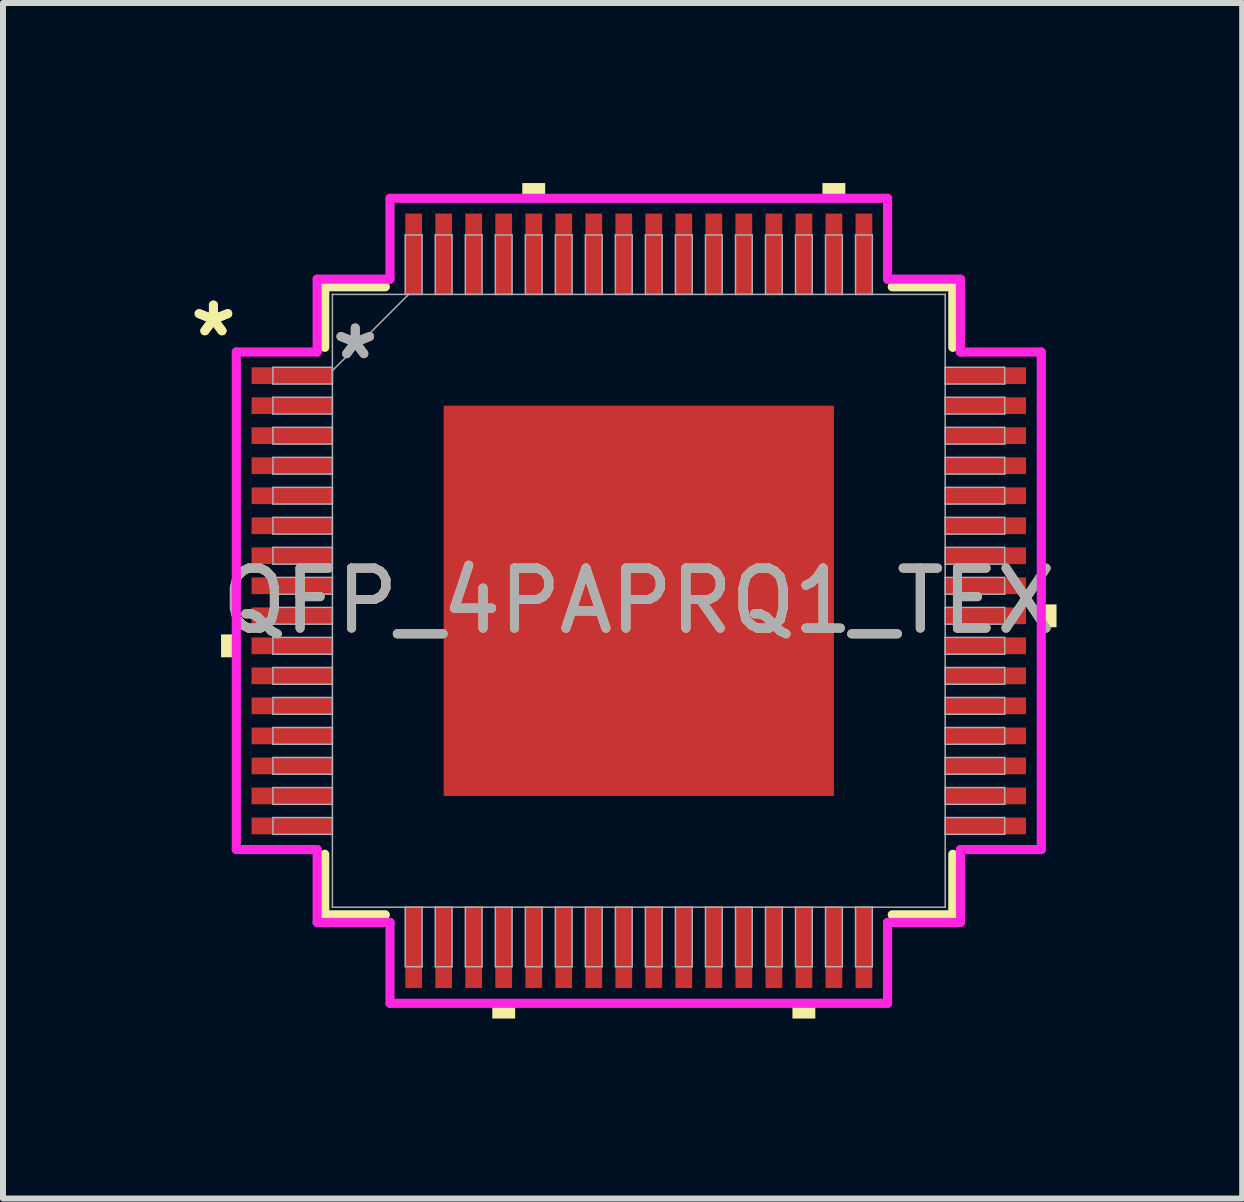
<source format=kicad_pcb>
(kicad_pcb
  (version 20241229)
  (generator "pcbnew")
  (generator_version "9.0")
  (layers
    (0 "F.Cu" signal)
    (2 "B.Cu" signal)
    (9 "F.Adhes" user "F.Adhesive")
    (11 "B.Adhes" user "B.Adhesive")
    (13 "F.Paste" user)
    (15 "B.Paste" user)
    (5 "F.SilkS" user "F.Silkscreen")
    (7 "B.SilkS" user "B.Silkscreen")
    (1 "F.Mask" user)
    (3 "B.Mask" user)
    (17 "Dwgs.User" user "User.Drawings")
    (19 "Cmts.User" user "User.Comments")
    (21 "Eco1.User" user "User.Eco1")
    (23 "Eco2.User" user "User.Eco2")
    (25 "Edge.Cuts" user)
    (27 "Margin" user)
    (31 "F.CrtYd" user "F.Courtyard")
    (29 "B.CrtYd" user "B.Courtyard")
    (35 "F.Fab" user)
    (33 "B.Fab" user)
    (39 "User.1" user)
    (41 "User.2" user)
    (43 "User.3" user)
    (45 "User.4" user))
  (footprint "QFP_4PAPRQ1_TEX"
    (layer "F.Cu")
    (at 7.593 6.96)
    (property "Reference" "QFP_4PAPRQ1_TEX" (at 0 0 0) (unlocked yes) (layer "F.SilkS") (effects (font (size 1 1) (thickness 0.15))))
    (attr smd)
    (fp_line (start -5.232 -5.232) (end -5.232 -4.223) (stroke (width 0.152) (type solid)) (layer "F.SilkS"))
    (fp_line (start -5.232 4.223) (end -5.232 5.232) (stroke (width 0.152) (type solid)) (layer "F.SilkS"))
    (fp_line (start -5.232 5.232) (end -4.223 5.232) (stroke (width 0.152) (type solid)) (layer "F.SilkS"))
    (fp_line (start -4.223 -5.232) (end -5.232 -5.232) (stroke (width 0.152) (type solid)) (layer "F.SilkS"))
    (fp_line (start 4.223 5.232) (end 5.232 5.232) (stroke (width 0.152) (type solid)) (layer "F.SilkS"))
    (fp_line (start 5.232 -5.232) (end 4.223 -5.232) (stroke (width 0.152) (type solid)) (layer "F.SilkS"))
    (fp_line (start 5.232 -4.223) (end 5.232 -5.232) (stroke (width 0.152) (type solid)) (layer "F.SilkS"))
    (fp_line (start 5.232 5.232) (end 5.232 4.223) (stroke (width 0.152) (type solid)) (layer "F.SilkS"))
    (fp_poly (pts (xy -6.96 0.56) (xy -6.96 0.941) (xy -6.706 0.941) (xy -6.706 0.56)) (stroke (width 0) (type solid)) (fill yes) (layer "F.SilkS"))
    (fp_poly (pts (xy -2.441 6.706) (xy -2.441 6.96) (xy -2.06 6.96) (xy -2.06 6.706)) (stroke (width 0) (type solid)) (fill yes) (layer "F.SilkS"))
    (fp_poly (pts (xy -1.941 -6.706) (xy -1.941 -6.96) (xy -1.56 -6.96) (xy -1.56 -6.706)) (stroke (width 0) (type solid)) (fill yes) (layer "F.SilkS"))
    (fp_poly (pts (xy 2.56 6.706) (xy 2.56 6.96) (xy 2.941 6.96) (xy 2.941 6.706)) (stroke (width 0) (type solid)) (fill yes) (layer "F.SilkS"))
    (fp_poly (pts (xy 3.06 -6.706) (xy 3.06 -6.96) (xy 3.441 -6.96) (xy 3.441 -6.706)) (stroke (width 0) (type solid)) (fill yes) (layer "F.SilkS"))
    (fp_poly (pts (xy 6.96 0.06) (xy 6.96 0.441) (xy 6.706 0.441) (xy 6.706 0.06)) (stroke (width 0) (type solid)) (fill yes) (layer "F.SilkS"))
    (fp_poly (pts (xy -3.151 -3.151) (xy -3.151 -2.051) (xy -2.051 -2.051) (xy -2.051 -3.151)) (stroke (width 0) (type solid)) (fill yes) (layer "F.Paste"))
    (fp_poly (pts (xy -3.151 -1.851) (xy -3.151 -0.75) (xy -2.051 -0.75) (xy -2.051 -1.851)) (stroke (width 0) (type solid)) (fill yes) (layer "F.Paste"))
    (fp_poly (pts (xy -3.151 -0.55) (xy -3.151 0.55) (xy -2.051 0.55) (xy -2.051 -0.55)) (stroke (width 0) (type solid)) (fill yes) (layer "F.Paste"))
    (fp_poly (pts (xy -3.151 0.75) (xy -3.151 1.851) (xy -2.051 1.851) (xy -2.051 0.75)) (stroke (width 0) (type solid)) (fill yes) (layer "F.Paste"))
    (fp_poly (pts (xy -3.151 2.051) (xy -3.151 3.151) (xy -2.051 3.151) (xy -2.051 2.051)) (stroke (width 0) (type solid)) (fill yes) (layer "F.Paste"))
    (fp_poly (pts (xy -1.851 -3.151) (xy -1.851 -2.051) (xy -0.75 -2.051) (xy -0.75 -3.151)) (stroke (width 0) (type solid)) (fill yes) (layer "F.Paste"))
    (fp_poly (pts (xy -1.851 -1.851) (xy -1.851 -0.75) (xy -0.75 -0.75) (xy -0.75 -1.851)) (stroke (width 0) (type solid)) (fill yes) (layer "F.Paste"))
    (fp_poly (pts (xy -1.851 -0.55) (xy -1.851 0.55) (xy -0.75 0.55) (xy -0.75 -0.55)) (stroke (width 0) (type solid)) (fill yes) (layer "F.Paste"))
    (fp_poly (pts (xy -1.851 0.75) (xy -1.851 1.851) (xy -0.75 1.851) (xy -0.75 0.75)) (stroke (width 0) (type solid)) (fill yes) (layer "F.Paste"))
    (fp_poly (pts (xy -1.851 2.051) (xy -1.851 3.151) (xy -0.75 3.151) (xy -0.75 2.051)) (stroke (width 0) (type solid)) (fill yes) (layer "F.Paste"))
    (fp_poly (pts (xy -0.55 -3.151) (xy -0.55 -2.051) (xy 0.55 -2.051) (xy 0.55 -3.151)) (stroke (width 0) (type solid)) (fill yes) (layer "F.Paste"))
    (fp_poly (pts (xy -0.55 -1.851) (xy -0.55 -0.75) (xy 0.55 -0.75) (xy 0.55 -1.851)) (stroke (width 0) (type solid)) (fill yes) (layer "F.Paste"))
    (fp_poly (pts (xy -0.55 -0.55) (xy -0.55 0.55) (xy 0.55 0.55) (xy 0.55 -0.55)) (stroke (width 0) (type solid)) (fill yes) (layer "F.Paste"))
    (fp_poly (pts (xy -0.55 0.75) (xy -0.55 1.851) (xy 0.55 1.851) (xy 0.55 0.75)) (stroke (width 0) (type solid)) (fill yes) (layer "F.Paste"))
    (fp_poly (pts (xy -0.55 2.051) (xy -0.55 3.151) (xy 0.55 3.151) (xy 0.55 2.051)) (stroke (width 0) (type solid)) (fill yes) (layer "F.Paste"))
    (fp_poly (pts (xy 0.75 -3.151) (xy 0.75 -2.051) (xy 1.851 -2.051) (xy 1.851 -3.151)) (stroke (width 0) (type solid)) (fill yes) (layer "F.Paste"))
    (fp_poly (pts (xy 0.75 -1.851) (xy 0.75 -0.75) (xy 1.851 -0.75) (xy 1.851 -1.851)) (stroke (width 0) (type solid)) (fill yes) (layer "F.Paste"))
    (fp_poly (pts (xy 0.75 -0.55) (xy 0.75 0.55) (xy 1.851 0.55) (xy 1.851 -0.55)) (stroke (width 0) (type solid)) (fill yes) (layer "F.Paste"))
    (fp_poly (pts (xy 0.75 0.75) (xy 0.75 1.851) (xy 1.851 1.851) (xy 1.851 0.75)) (stroke (width 0) (type solid)) (fill yes) (layer "F.Paste"))
    (fp_poly (pts (xy 0.75 2.051) (xy 0.75 3.151) (xy 1.851 3.151) (xy 1.851 2.051)) (stroke (width 0) (type solid)) (fill yes) (layer "F.Paste"))
    (fp_poly (pts (xy 2.051 -3.151) (xy 2.051 -2.051) (xy 3.151 -2.051) (xy 3.151 -3.151)) (stroke (width 0) (type solid)) (fill yes) (layer "F.Paste"))
    (fp_poly (pts (xy 2.051 -1.851) (xy 2.051 -0.75) (xy 3.151 -0.75) (xy 3.151 -1.851)) (stroke (width 0) (type solid)) (fill yes) (layer "F.Paste"))
    (fp_poly (pts (xy 2.051 -0.55) (xy 2.051 0.55) (xy 3.151 0.55) (xy 3.151 -0.55)) (stroke (width 0) (type solid)) (fill yes) (layer "F.Paste"))
    (fp_poly (pts (xy 2.051 0.75) (xy 2.051 1.851) (xy 3.151 1.851) (xy 3.151 0.75)) (stroke (width 0) (type solid)) (fill yes) (layer "F.Paste"))
    (fp_poly (pts (xy 2.051 2.051) (xy 2.051 3.151) (xy 3.151 3.151) (xy 3.151 2.051)) (stroke (width 0) (type solid)) (fill yes) (layer "F.Paste"))
    (fp_line (start -6.706 -4.145) (end -5.359 -4.145) (stroke (width 0.152) (type solid)) (layer "F.CrtYd"))
    (fp_line (start -6.706 4.145) (end -6.706 -4.145) (stroke (width 0.152) (type solid)) (layer "F.CrtYd"))
    (fp_line (start -5.359 -5.359) (end -4.145 -5.359) (stroke (width 0.152) (type solid)) (layer "F.CrtYd"))
    (fp_line (start -5.359 -4.145) (end -5.359 -5.359) (stroke (width 0.152) (type solid)) (layer "F.CrtYd"))
    (fp_line (start -5.359 4.145) (end -6.706 4.145) (stroke (width 0.152) (type solid)) (layer "F.CrtYd"))
    (fp_line (start -5.359 5.359) (end -5.359 4.145) (stroke (width 0.152) (type solid)) (layer "F.CrtYd"))
    (fp_line (start -5.359 5.359) (end -4.145 5.359) (stroke (width 0.152) (type solid)) (layer "F.CrtYd"))
    (fp_line (start -4.145 -6.706) (end 4.145 -6.706) (stroke (width 0.152) (type solid)) (layer "F.CrtYd"))
    (fp_line (start -4.145 -5.359) (end -4.145 -6.706) (stroke (width 0.152) (type solid)) (layer "F.CrtYd"))
    (fp_line (start -4.145 5.359) (end -4.145 6.706) (stroke (width 0.152) (type solid)) (layer "F.CrtYd"))
    (fp_line (start -4.145 6.706) (end 4.145 6.706) (stroke (width 0.152) (type solid)) (layer "F.CrtYd"))
    (fp_line (start 4.145 -6.706) (end 4.145 -5.359) (stroke (width 0.152) (type solid)) (layer "F.CrtYd"))
    (fp_line (start 4.145 -5.359) (end 5.359 -5.359) (stroke (width 0.152) (type solid)) (layer "F.CrtYd"))
    (fp_line (start 4.145 5.359) (end 5.359 5.359) (stroke (width 0.152) (type solid)) (layer "F.CrtYd"))
    (fp_line (start 4.145 6.706) (end 4.145 5.359) (stroke (width 0.152) (type solid)) (layer "F.CrtYd"))
    (fp_line (start 5.359 -4.145) (end 5.359 -5.359) (stroke (width 0.152) (type solid)) (layer "F.CrtYd"))
    (fp_line (start 5.359 4.145) (end 6.706 4.145) (stroke (width 0.152) (type solid)) (layer "F.CrtYd"))
    (fp_line (start 5.359 5.359) (end 5.359 4.145) (stroke (width 0.152) (type solid)) (layer "F.CrtYd"))
    (fp_line (start 6.706 -4.145) (end 5.359 -4.145) (stroke (width 0.152) (type solid)) (layer "F.CrtYd"))
    (fp_line (start 6.706 4.145) (end 6.706 -4.145) (stroke (width 0.152) (type solid)) (layer "F.CrtYd"))
    (fp_line (start -6.096 -3.891) (end -6.096 -3.611) (stroke (width 0.025) (type solid)) (layer "F.Fab"))
    (fp_line (start -6.096 -3.611) (end -5.105 -3.611) (stroke (width 0.025) (type solid)) (layer "F.Fab"))
    (fp_line (start -6.096 -3.391) (end -6.096 -3.111) (stroke (width 0.025) (type solid)) (layer "F.Fab"))
    (fp_line (start -6.096 -3.111) (end -5.105 -3.111) (stroke (width 0.025) (type solid)) (layer "F.Fab"))
    (fp_line (start -6.096 -2.89) (end -6.096 -2.611) (stroke (width 0.025) (type solid)) (layer "F.Fab"))
    (fp_line (start -6.096 -2.611) (end -5.105 -2.611) (stroke (width 0.025) (type solid)) (layer "F.Fab"))
    (fp_line (start -6.096 -2.39) (end -6.096 -2.111) (stroke (width 0.025) (type solid)) (layer "F.Fab"))
    (fp_line (start -6.096 -2.111) (end -5.105 -2.111) (stroke (width 0.025) (type solid)) (layer "F.Fab"))
    (fp_line (start -6.096 -1.89) (end -6.096 -1.611) (stroke (width 0.025) (type solid)) (layer "F.Fab"))
    (fp_line (start -6.096 -1.611) (end -5.105 -1.611) (stroke (width 0.025) (type solid)) (layer "F.Fab"))
    (fp_line (start -6.096 -1.39) (end -6.096 -1.111) (stroke (width 0.025) (type solid)) (layer "F.Fab"))
    (fp_line (start -6.096 -1.111) (end -5.105 -1.111) (stroke (width 0.025) (type solid)) (layer "F.Fab"))
    (fp_line (start -6.096 -0.89) (end -6.096 -0.61) (stroke (width 0.025) (type solid)) (layer "F.Fab"))
    (fp_line (start -6.096 -0.61) (end -5.105 -0.61) (stroke (width 0.025) (type solid)) (layer "F.Fab"))
    (fp_line (start -6.096 -0.39) (end -6.096 -0.11) (stroke (width 0.025) (type solid)) (layer "F.Fab"))
    (fp_line (start -6.096 -0.11) (end -5.105 -0.11) (stroke (width 0.025) (type solid)) (layer "F.Fab"))
    (fp_line (start -6.096 0.11) (end -6.096 0.39) (stroke (width 0.025) (type solid)) (layer "F.Fab"))
    (fp_line (start -6.096 0.39) (end -5.105 0.39) (stroke (width 0.025) (type solid)) (layer "F.Fab"))
    (fp_line (start -6.096 0.61) (end -6.096 0.89) (stroke (width 0.025) (type solid)) (layer "F.Fab"))
    (fp_line (start -6.096 0.89) (end -5.105 0.89) (stroke (width 0.025) (type solid)) (layer "F.Fab"))
    (fp_line (start -6.096 1.111) (end -6.096 1.39) (stroke (width 0.025) (type solid)) (layer "F.Fab"))
    (fp_line (start -6.096 1.39) (end -5.105 1.39) (stroke (width 0.025) (type solid)) (layer "F.Fab"))
    (fp_line (start -6.096 1.611) (end -6.096 1.89) (stroke (width 0.025) (type solid)) (layer "F.Fab"))
    (fp_line (start -6.096 1.89) (end -5.105 1.89) (stroke (width 0.025) (type solid)) (layer "F.Fab"))
    (fp_line (start -6.096 2.111) (end -6.096 2.39) (stroke (width 0.025) (type solid)) (layer "F.Fab"))
    (fp_line (start -6.096 2.39) (end -5.105 2.39) (stroke (width 0.025) (type solid)) (layer "F.Fab"))
    (fp_line (start -6.096 2.611) (end -6.096 2.89) (stroke (width 0.025) (type solid)) (layer "F.Fab"))
    (fp_line (start -6.096 2.89) (end -5.105 2.89) (stroke (width 0.025) (type solid)) (layer "F.Fab"))
    (fp_line (start -6.096 3.111) (end -6.096 3.391) (stroke (width 0.025) (type solid)) (layer "F.Fab"))
    (fp_line (start -6.096 3.391) (end -5.105 3.391) (stroke (width 0.025) (type solid)) (layer "F.Fab"))
    (fp_line (start -6.096 3.611) (end -6.096 3.891) (stroke (width 0.025) (type solid)) (layer "F.Fab"))
    (fp_line (start -6.096 3.891) (end -5.105 3.891) (stroke (width 0.025) (type solid)) (layer "F.Fab"))
    (fp_line (start -5.105 -5.105) (end -5.105 -5.105) (stroke (width 0.025) (type solid)) (layer "F.Fab"))
    (fp_line (start -5.105 -5.105) (end -5.105 5.105) (stroke (width 0.025) (type solid)) (layer "F.Fab"))
    (fp_line (start -5.105 -3.891) (end -6.096 -3.891) (stroke (width 0.025) (type solid)) (layer "F.Fab"))
    (fp_line (start -5.105 -3.835) (end -3.835 -5.105) (stroke (width 0.025) (type solid)) (layer "F.Fab"))
    (fp_line (start -5.105 -3.611) (end -5.105 -3.891) (stroke (width 0.025) (type solid)) (layer "F.Fab"))
    (fp_line (start -5.105 -3.391) (end -6.096 -3.391) (stroke (width 0.025) (type solid)) (layer "F.Fab"))
    (fp_line (start -5.105 -3.111) (end -5.105 -3.391) (stroke (width 0.025) (type solid)) (layer "F.Fab"))
    (fp_line (start -5.105 -2.89) (end -6.096 -2.89) (stroke (width 0.025) (type solid)) (layer "F.Fab"))
    (fp_line (start -5.105 -2.611) (end -5.105 -2.89) (stroke (width 0.025) (type solid)) (layer "F.Fab"))
    (fp_line (start -5.105 -2.39) (end -6.096 -2.39) (stroke (width 0.025) (type solid)) (layer "F.Fab"))
    (fp_line (start -5.105 -2.111) (end -5.105 -2.39) (stroke (width 0.025) (type solid)) (layer "F.Fab"))
    (fp_line (start -5.105 -1.89) (end -6.096 -1.89) (stroke (width 0.025) (type solid)) (layer "F.Fab"))
    (fp_line (start -5.105 -1.611) (end -5.105 -1.89) (stroke (width 0.025) (type solid)) (layer "F.Fab"))
    (fp_line (start -5.105 -1.39) (end -6.096 -1.39) (stroke (width 0.025) (type solid)) (layer "F.Fab"))
    (fp_line (start -5.105 -1.111) (end -5.105 -1.39) (stroke (width 0.025) (type solid)) (layer "F.Fab"))
    (fp_line (start -5.105 -0.89) (end -6.096 -0.89) (stroke (width 0.025) (type solid)) (layer "F.Fab"))
    (fp_line (start -5.105 -0.61) (end -5.105 -0.89) (stroke (width 0.025) (type solid)) (layer "F.Fab"))
    (fp_line (start -5.105 -0.39) (end -6.096 -0.39) (stroke (width 0.025) (type solid)) (layer "F.Fab"))
    (fp_line (start -5.105 -0.11) (end -5.105 -0.39) (stroke (width 0.025) (type solid)) (layer "F.Fab"))
    (fp_line (start -5.105 0.11) (end -6.096 0.11) (stroke (width 0.025) (type solid)) (layer "F.Fab"))
    (fp_line (start -5.105 0.39) (end -5.105 0.11) (stroke (width 0.025) (type solid)) (layer "F.Fab"))
    (fp_line (start -5.105 0.61) (end -6.096 0.61) (stroke (width 0.025) (type solid)) (layer "F.Fab"))
    (fp_line (start -5.105 0.89) (end -5.105 0.61) (stroke (width 0.025) (type solid)) (layer "F.Fab"))
    (fp_line (start -5.105 1.111) (end -6.096 1.111) (stroke (width 0.025) (type solid)) (layer "F.Fab"))
    (fp_line (start -5.105 1.39) (end -5.105 1.111) (stroke (width 0.025) (type solid)) (layer "F.Fab"))
    (fp_line (start -5.105 1.611) (end -6.096 1.611) (stroke (width 0.025) (type solid)) (layer "F.Fab"))
    (fp_line (start -5.105 1.89) (end -5.105 1.611) (stroke (width 0.025) (type solid)) (layer "F.Fab"))
    (fp_line (start -5.105 2.111) (end -6.096 2.111) (stroke (width 0.025) (type solid)) (layer "F.Fab"))
    (fp_line (start -5.105 2.39) (end -5.105 2.111) (stroke (width 0.025) (type solid)) (layer "F.Fab"))
    (fp_line (start -5.105 2.611) (end -6.096 2.611) (stroke (width 0.025) (type solid)) (layer "F.Fab"))
    (fp_line (start -5.105 2.89) (end -5.105 2.611) (stroke (width 0.025) (type solid)) (layer "F.Fab"))
    (fp_line (start -5.105 3.111) (end -6.096 3.111) (stroke (width 0.025) (type solid)) (layer "F.Fab"))
    (fp_line (start -5.105 3.391) (end -5.105 3.111) (stroke (width 0.025) (type solid)) (layer "F.Fab"))
    (fp_line (start -5.105 3.611) (end -6.096 3.611) (stroke (width 0.025) (type solid)) (layer "F.Fab"))
    (fp_line (start -5.105 3.891) (end -5.105 3.611) (stroke (width 0.025) (type solid)) (layer "F.Fab"))
    (fp_line (start -5.105 5.105) (end -5.105 5.105) (stroke (width 0.025) (type solid)) (layer "F.Fab"))
    (fp_line (start -5.105 5.105) (end 5.105 5.105) (stroke (width 0.025) (type solid)) (layer "F.Fab"))
    (fp_line (start -3.891 -6.096) (end -3.891 -5.105) (stroke (width 0.025) (type solid)) (layer "F.Fab"))
    (fp_line (start -3.891 -5.105) (end -3.611 -5.105) (stroke (width 0.025) (type solid)) (layer "F.Fab"))
    (fp_line (start -3.891 5.105) (end -3.891 6.096) (stroke (width 0.025) (type solid)) (layer "F.Fab"))
    (fp_line (start -3.891 6.096) (end -3.611 6.096) (stroke (width 0.025) (type solid)) (layer "F.Fab"))
    (fp_line (start -3.611 -6.096) (end -3.891 -6.096) (stroke (width 0.025) (type solid)) (layer "F.Fab"))
    (fp_line (start -3.611 -5.105) (end -3.611 -6.096) (stroke (width 0.025) (type solid)) (layer "F.Fab"))
    (fp_line (start -3.611 5.105) (end -3.891 5.105) (stroke (width 0.025) (type solid)) (layer "F.Fab"))
    (fp_line (start -3.611 6.096) (end -3.611 5.105) (stroke (width 0.025) (type solid)) (layer "F.Fab"))
    (fp_line (start -3.391 -6.096) (end -3.391 -5.105) (stroke (width 0.025) (type solid)) (layer "F.Fab"))
    (fp_line (start -3.391 -5.105) (end -3.111 -5.105) (stroke (width 0.025) (type solid)) (layer "F.Fab"))
    (fp_line (start -3.391 5.105) (end -3.391 6.096) (stroke (width 0.025) (type solid)) (layer "F.Fab"))
    (fp_line (start -3.391 6.096) (end -3.111 6.096) (stroke (width 0.025) (type solid)) (layer "F.Fab"))
    (fp_line (start -3.111 -6.096) (end -3.391 -6.096) (stroke (width 0.025) (type solid)) (layer "F.Fab"))
    (fp_line (start -3.111 -5.105) (end -3.111 -6.096) (stroke (width 0.025) (type solid)) (layer "F.Fab"))
    (fp_line (start -3.111 5.105) (end -3.391 5.105) (stroke (width 0.025) (type solid)) (layer "F.Fab"))
    (fp_line (start -3.111 6.096) (end -3.111 5.105) (stroke (width 0.025) (type solid)) (layer "F.Fab"))
    (fp_line (start -2.89 -6.096) (end -2.89 -5.105) (stroke (width 0.025) (type solid)) (layer "F.Fab"))
    (fp_line (start -2.89 -5.105) (end -2.611 -5.105) (stroke (width 0.025) (type solid)) (layer "F.Fab"))
    (fp_line (start -2.89 5.105) (end -2.89 6.096) (stroke (width 0.025) (type solid)) (layer "F.Fab"))
    (fp_line (start -2.89 6.096) (end -2.611 6.096) (stroke (width 0.025) (type solid)) (layer "F.Fab"))
    (fp_line (start -2.611 -6.096) (end -2.89 -6.096) (stroke (width 0.025) (type solid)) (layer "F.Fab"))
    (fp_line (start -2.611 -5.105) (end -2.611 -6.096) (stroke (width 0.025) (type solid)) (layer "F.Fab"))
    (fp_line (start -2.611 5.105) (end -2.89 5.105) (stroke (width 0.025) (type solid)) (layer "F.Fab"))
    (fp_line (start -2.611 6.096) (end -2.611 5.105) (stroke (width 0.025) (type solid)) (layer "F.Fab"))
    (fp_line (start -2.39 -6.096) (end -2.39 -5.105) (stroke (width 0.025) (type solid)) (layer "F.Fab"))
    (fp_line (start -2.39 -5.105) (end -2.111 -5.105) (stroke (width 0.025) (type solid)) (layer "F.Fab"))
    (fp_line (start -2.39 5.105) (end -2.39 6.096) (stroke (width 0.025) (type solid)) (layer "F.Fab"))
    (fp_line (start -2.39 6.096) (end -2.111 6.096) (stroke (width 0.025) (type solid)) (layer "F.Fab"))
    (fp_line (start -2.111 -6.096) (end -2.39 -6.096) (stroke (width 0.025) (type solid)) (layer "F.Fab"))
    (fp_line (start -2.111 -5.105) (end -2.111 -6.096) (stroke (width 0.025) (type solid)) (layer "F.Fab"))
    (fp_line (start -2.111 5.105) (end -2.39 5.105) (stroke (width 0.025) (type solid)) (layer "F.Fab"))
    (fp_line (start -2.111 6.096) (end -2.111 5.105) (stroke (width 0.025) (type solid)) (layer "F.Fab"))
    (fp_line (start -1.89 -6.096) (end -1.89 -5.105) (stroke (width 0.025) (type solid)) (layer "F.Fab"))
    (fp_line (start -1.89 -5.105) (end -1.611 -5.105) (stroke (width 0.025) (type solid)) (layer "F.Fab"))
    (fp_line (start -1.89 5.105) (end -1.89 6.096) (stroke (width 0.025) (type solid)) (layer "F.Fab"))
    (fp_line (start -1.89 6.096) (end -1.611 6.096) (stroke (width 0.025) (type solid)) (layer "F.Fab"))
    (fp_line (start -1.611 -6.096) (end -1.89 -6.096) (stroke (width 0.025) (type solid)) (layer "F.Fab"))
    (fp_line (start -1.611 -5.105) (end -1.611 -6.096) (stroke (width 0.025) (type solid)) (layer "F.Fab"))
    (fp_line (start -1.611 5.105) (end -1.89 5.105) (stroke (width 0.025) (type solid)) (layer "F.Fab"))
    (fp_line (start -1.611 6.096) (end -1.611 5.105) (stroke (width 0.025) (type solid)) (layer "F.Fab"))
    (fp_line (start -1.39 -6.096) (end -1.39 -5.105) (stroke (width 0.025) (type solid)) (layer "F.Fab"))
    (fp_line (start -1.39 -5.105) (end -1.111 -5.105) (stroke (width 0.025) (type solid)) (layer "F.Fab"))
    (fp_line (start -1.39 5.105) (end -1.39 6.096) (stroke (width 0.025) (type solid)) (layer "F.Fab"))
    (fp_line (start -1.39 6.096) (end -1.111 6.096) (stroke (width 0.025) (type solid)) (layer "F.Fab"))
    (fp_line (start -1.111 -6.096) (end -1.39 -6.096) (stroke (width 0.025) (type solid)) (layer "F.Fab"))
    (fp_line (start -1.111 -5.105) (end -1.111 -6.096) (stroke (width 0.025) (type solid)) (layer "F.Fab"))
    (fp_line (start -1.111 5.105) (end -1.39 5.105) (stroke (width 0.025) (type solid)) (layer "F.Fab"))
    (fp_line (start -1.111 6.096) (end -1.111 5.105) (stroke (width 0.025) (type solid)) (layer "F.Fab"))
    (fp_line (start -0.89 -6.096) (end -0.89 -5.105) (stroke (width 0.025) (type solid)) (layer "F.Fab"))
    (fp_line (start -0.89 -5.105) (end -0.61 -5.105) (stroke (width 0.025) (type solid)) (layer "F.Fab"))
    (fp_line (start -0.89 5.105) (end -0.89 6.096) (stroke (width 0.025) (type solid)) (layer "F.Fab"))
    (fp_line (start -0.89 6.096) (end -0.61 6.096) (stroke (width 0.025) (type solid)) (layer "F.Fab"))
    (fp_line (start -0.61 -6.096) (end -0.89 -6.096) (stroke (width 0.025) (type solid)) (layer "F.Fab"))
    (fp_line (start -0.61 -5.105) (end -0.61 -6.096) (stroke (width 0.025) (type solid)) (layer "F.Fab"))
    (fp_line (start -0.61 5.105) (end -0.89 5.105) (stroke (width 0.025) (type solid)) (layer "F.Fab"))
    (fp_line (start -0.61 6.096) (end -0.61 5.105) (stroke (width 0.025) (type solid)) (layer "F.Fab"))
    (fp_line (start -0.39 -6.096) (end -0.39 -5.105) (stroke (width 0.025) (type solid)) (layer "F.Fab"))
    (fp_line (start -0.39 -5.105) (end -0.11 -5.105) (stroke (width 0.025) (type solid)) (layer "F.Fab"))
    (fp_line (start -0.39 5.105) (end -0.39 6.096) (stroke (width 0.025) (type solid)) (layer "F.Fab"))
    (fp_line (start -0.39 6.096) (end -0.11 6.096) (stroke (width 0.025) (type solid)) (layer "F.Fab"))
    (fp_line (start -0.11 -6.096) (end -0.39 -6.096) (stroke (width 0.025) (type solid)) (layer "F.Fab"))
    (fp_line (start -0.11 -5.105) (end -0.11 -6.096) (stroke (width 0.025) (type solid)) (layer "F.Fab"))
    (fp_line (start -0.11 5.105) (end -0.39 5.105) (stroke (width 0.025) (type solid)) (layer "F.Fab"))
    (fp_line (start -0.11 6.096) (end -0.11 5.105) (stroke (width 0.025) (type solid)) (layer "F.Fab"))
    (fp_line (start 0.11 -6.096) (end 0.11 -5.105) (stroke (width 0.025) (type solid)) (layer "F.Fab"))
    (fp_line (start 0.11 -5.105) (end 0.39 -5.105) (stroke (width 0.025) (type solid)) (layer "F.Fab"))
    (fp_line (start 0.11 5.105) (end 0.11 6.096) (stroke (width 0.025) (type solid)) (layer "F.Fab"))
    (fp_line (start 0.11 6.096) (end 0.39 6.096) (stroke (width 0.025) (type solid)) (layer "F.Fab"))
    (fp_line (start 0.39 -6.096) (end 0.11 -6.096) (stroke (width 0.025) (type solid)) (layer "F.Fab"))
    (fp_line (start 0.39 -5.105) (end 0.39 -6.096) (stroke (width 0.025) (type solid)) (layer "F.Fab"))
    (fp_line (start 0.39 5.105) (end 0.11 5.105) (stroke (width 0.025) (type solid)) (layer "F.Fab"))
    (fp_line (start 0.39 6.096) (end 0.39 5.105) (stroke (width 0.025) (type solid)) (layer "F.Fab"))
    (fp_line (start 0.61 -6.096) (end 0.61 -5.105) (stroke (width 0.025) (type solid)) (layer "F.Fab"))
    (fp_line (start 0.61 -5.105) (end 0.89 -5.105) (stroke (width 0.025) (type solid)) (layer "F.Fab"))
    (fp_line (start 0.61 5.105) (end 0.61 6.096) (stroke (width 0.025) (type solid)) (layer "F.Fab"))
    (fp_line (start 0.61 6.096) (end 0.89 6.096) (stroke (width 0.025) (type solid)) (layer "F.Fab"))
    (fp_line (start 0.89 -6.096) (end 0.61 -6.096) (stroke (width 0.025) (type solid)) (layer "F.Fab"))
    (fp_line (start 0.89 -5.105) (end 0.89 -6.096) (stroke (width 0.025) (type solid)) (layer "F.Fab"))
    (fp_line (start 0.89 5.105) (end 0.61 5.105) (stroke (width 0.025) (type solid)) (layer "F.Fab"))
    (fp_line (start 0.89 6.096) (end 0.89 5.105) (stroke (width 0.025) (type solid)) (layer "F.Fab"))
    (fp_line (start 1.111 -6.096) (end 1.111 -5.105) (stroke (width 0.025) (type solid)) (layer "F.Fab"))
    (fp_line (start 1.111 -5.105) (end 1.39 -5.105) (stroke (width 0.025) (type solid)) (layer "F.Fab"))
    (fp_line (start 1.111 5.105) (end 1.111 6.096) (stroke (width 0.025) (type solid)) (layer "F.Fab"))
    (fp_line (start 1.111 6.096) (end 1.39 6.096) (stroke (width 0.025) (type solid)) (layer "F.Fab"))
    (fp_line (start 1.39 -6.096) (end 1.111 -6.096) (stroke (width 0.025) (type solid)) (layer "F.Fab"))
    (fp_line (start 1.39 -5.105) (end 1.39 -6.096) (stroke (width 0.025) (type solid)) (layer "F.Fab"))
    (fp_line (start 1.39 5.105) (end 1.111 5.105) (stroke (width 0.025) (type solid)) (layer "F.Fab"))
    (fp_line (start 1.39 6.096) (end 1.39 5.105) (stroke (width 0.025) (type solid)) (layer "F.Fab"))
    (fp_line (start 1.611 -6.096) (end 1.611 -5.105) (stroke (width 0.025) (type solid)) (layer "F.Fab"))
    (fp_line (start 1.611 -5.105) (end 1.89 -5.105) (stroke (width 0.025) (type solid)) (layer "F.Fab"))
    (fp_line (start 1.611 5.105) (end 1.611 6.096) (stroke (width 0.025) (type solid)) (layer "F.Fab"))
    (fp_line (start 1.611 6.096) (end 1.89 6.096) (stroke (width 0.025) (type solid)) (layer "F.Fab"))
    (fp_line (start 1.89 -6.096) (end 1.611 -6.096) (stroke (width 0.025) (type solid)) (layer "F.Fab"))
    (fp_line (start 1.89 -5.105) (end 1.89 -6.096) (stroke (width 0.025) (type solid)) (layer "F.Fab"))
    (fp_line (start 1.89 5.105) (end 1.611 5.105) (stroke (width 0.025) (type solid)) (layer "F.Fab"))
    (fp_line (start 1.89 6.096) (end 1.89 5.105) (stroke (width 0.025) (type solid)) (layer "F.Fab"))
    (fp_line (start 2.111 -6.096) (end 2.111 -5.105) (stroke (width 0.025) (type solid)) (layer "F.Fab"))
    (fp_line (start 2.111 -5.105) (end 2.39 -5.105) (stroke (width 0.025) (type solid)) (layer "F.Fab"))
    (fp_line (start 2.111 5.105) (end 2.111 6.096) (stroke (width 0.025) (type solid)) (layer "F.Fab"))
    (fp_line (start 2.111 6.096) (end 2.39 6.096) (stroke (width 0.025) (type solid)) (layer "F.Fab"))
    (fp_line (start 2.39 -6.096) (end 2.111 -6.096) (stroke (width 0.025) (type solid)) (layer "F.Fab"))
    (fp_line (start 2.39 -5.105) (end 2.39 -6.096) (stroke (width 0.025) (type solid)) (layer "F.Fab"))
    (fp_line (start 2.39 5.105) (end 2.111 5.105) (stroke (width 0.025) (type solid)) (layer "F.Fab"))
    (fp_line (start 2.39 6.096) (end 2.39 5.105) (stroke (width 0.025) (type solid)) (layer "F.Fab"))
    (fp_line (start 2.611 -6.096) (end 2.611 -5.105) (stroke (width 0.025) (type solid)) (layer "F.Fab"))
    (fp_line (start 2.611 -5.105) (end 2.89 -5.105) (stroke (width 0.025) (type solid)) (layer "F.Fab"))
    (fp_line (start 2.611 5.105) (end 2.611 6.096) (stroke (width 0.025) (type solid)) (layer "F.Fab"))
    (fp_line (start 2.611 6.096) (end 2.89 6.096) (stroke (width 0.025) (type solid)) (layer "F.Fab"))
    (fp_line (start 2.89 -6.096) (end 2.611 -6.096) (stroke (width 0.025) (type solid)) (layer "F.Fab"))
    (fp_line (start 2.89 -5.105) (end 2.89 -6.096) (stroke (width 0.025) (type solid)) (layer "F.Fab"))
    (fp_line (start 2.89 5.105) (end 2.611 5.105) (stroke (width 0.025) (type solid)) (layer "F.Fab"))
    (fp_line (start 2.89 6.096) (end 2.89 5.105) (stroke (width 0.025) (type solid)) (layer "F.Fab"))
    (fp_line (start 3.111 -6.096) (end 3.111 -5.105) (stroke (width 0.025) (type solid)) (layer "F.Fab"))
    (fp_line (start 3.111 -5.105) (end 3.391 -5.105) (stroke (width 0.025) (type solid)) (layer "F.Fab"))
    (fp_line (start 3.111 5.105) (end 3.111 6.096) (stroke (width 0.025) (type solid)) (layer "F.Fab"))
    (fp_line (start 3.111 6.096) (end 3.391 6.096) (stroke (width 0.025) (type solid)) (layer "F.Fab"))
    (fp_line (start 3.391 -6.096) (end 3.111 -6.096) (stroke (width 0.025) (type solid)) (layer "F.Fab"))
    (fp_line (start 3.391 -5.105) (end 3.391 -6.096) (stroke (width 0.025) (type solid)) (layer "F.Fab"))
    (fp_line (start 3.391 5.105) (end 3.111 5.105) (stroke (width 0.025) (type solid)) (layer "F.Fab"))
    (fp_line (start 3.391 6.096) (end 3.391 5.105) (stroke (width 0.025) (type solid)) (layer "F.Fab"))
    (fp_line (start 3.611 -6.096) (end 3.611 -5.105) (stroke (width 0.025) (type solid)) (layer "F.Fab"))
    (fp_line (start 3.611 -5.105) (end 3.891 -5.105) (stroke (width 0.025) (type solid)) (layer "F.Fab"))
    (fp_line (start 3.611 5.105) (end 3.611 6.096) (stroke (width 0.025) (type solid)) (layer "F.Fab"))
    (fp_line (start 3.611 6.096) (end 3.891 6.096) (stroke (width 0.025) (type solid)) (layer "F.Fab"))
    (fp_line (start 3.891 -6.096) (end 3.611 -6.096) (stroke (width 0.025) (type solid)) (layer "F.Fab"))
    (fp_line (start 3.891 -5.105) (end 3.891 -6.096) (stroke (width 0.025) (type solid)) (layer "F.Fab"))
    (fp_line (start 3.891 5.105) (end 3.611 5.105) (stroke (width 0.025) (type solid)) (layer "F.Fab"))
    (fp_line (start 3.891 6.096) (end 3.891 5.105) (stroke (width 0.025) (type solid)) (layer "F.Fab"))
    (fp_line (start 5.105 -5.105) (end -5.105 -5.105) (stroke (width 0.025) (type solid)) (layer "F.Fab"))
    (fp_line (start 5.105 -5.105) (end 5.105 -5.105) (stroke (width 0.025) (type solid)) (layer "F.Fab"))
    (fp_line (start 5.105 -3.891) (end 5.105 -3.611) (stroke (width 0.025) (type solid)) (layer "F.Fab"))
    (fp_line (start 5.105 -3.611) (end 6.096 -3.611) (stroke (width 0.025) (type solid)) (layer "F.Fab"))
    (fp_line (start 5.105 -3.391) (end 5.105 -3.111) (stroke (width 0.025) (type solid)) (layer "F.Fab"))
    (fp_line (start 5.105 -3.111) (end 6.096 -3.111) (stroke (width 0.025) (type solid)) (layer "F.Fab"))
    (fp_line (start 5.105 -2.89) (end 5.105 -2.611) (stroke (width 0.025) (type solid)) (layer "F.Fab"))
    (fp_line (start 5.105 -2.611) (end 6.096 -2.611) (stroke (width 0.025) (type solid)) (layer "F.Fab"))
    (fp_line (start 5.105 -2.39) (end 5.105 -2.111) (stroke (width 0.025) (type solid)) (layer "F.Fab"))
    (fp_line (start 5.105 -2.111) (end 6.096 -2.111) (stroke (width 0.025) (type solid)) (layer "F.Fab"))
    (fp_line (start 5.105 -1.89) (end 5.105 -1.611) (stroke (width 0.025) (type solid)) (layer "F.Fab"))
    (fp_line (start 5.105 -1.611) (end 6.096 -1.611) (stroke (width 0.025) (type solid)) (layer "F.Fab"))
    (fp_line (start 5.105 -1.39) (end 5.105 -1.111) (stroke (width 0.025) (type solid)) (layer "F.Fab"))
    (fp_line (start 5.105 -1.111) (end 6.096 -1.111) (stroke (width 0.025) (type solid)) (layer "F.Fab"))
    (fp_line (start 5.105 -0.89) (end 5.105 -0.61) (stroke (width 0.025) (type solid)) (layer "F.Fab"))
    (fp_line (start 5.105 -0.61) (end 6.096 -0.61) (stroke (width 0.025) (type solid)) (layer "F.Fab"))
    (fp_line (start 5.105 -0.39) (end 5.105 -0.11) (stroke (width 0.025) (type solid)) (layer "F.Fab"))
    (fp_line (start 5.105 -0.11) (end 6.096 -0.11) (stroke (width 0.025) (type solid)) (layer "F.Fab"))
    (fp_line (start 5.105 0.11) (end 5.105 0.39) (stroke (width 0.025) (type solid)) (layer "F.Fab"))
    (fp_line (start 5.105 0.39) (end 6.096 0.39) (stroke (width 0.025) (type solid)) (layer "F.Fab"))
    (fp_line (start 5.105 0.61) (end 5.105 0.89) (stroke (width 0.025) (type solid)) (layer "F.Fab"))
    (fp_line (start 5.105 0.89) (end 6.096 0.89) (stroke (width 0.025) (type solid)) (layer "F.Fab"))
    (fp_line (start 5.105 1.111) (end 5.105 1.39) (stroke (width 0.025) (type solid)) (layer "F.Fab"))
    (fp_line (start 5.105 1.39) (end 6.096 1.39) (stroke (width 0.025) (type solid)) (layer "F.Fab"))
    (fp_line (start 5.105 1.611) (end 5.105 1.89) (stroke (width 0.025) (type solid)) (layer "F.Fab"))
    (fp_line (start 5.105 1.89) (end 6.096 1.89) (stroke (width 0.025) (type solid)) (layer "F.Fab"))
    (fp_line (start 5.105 2.111) (end 5.105 2.39) (stroke (width 0.025) (type solid)) (layer "F.Fab"))
    (fp_line (start 5.105 2.39) (end 6.096 2.39) (stroke (width 0.025) (type solid)) (layer "F.Fab"))
    (fp_line (start 5.105 2.611) (end 5.105 2.89) (stroke (width 0.025) (type solid)) (layer "F.Fab"))
    (fp_line (start 5.105 2.89) (end 6.096 2.89) (stroke (width 0.025) (type solid)) (layer "F.Fab"))
    (fp_line (start 5.105 3.111) (end 5.105 3.391) (stroke (width 0.025) (type solid)) (layer "F.Fab"))
    (fp_line (start 5.105 3.391) (end 6.096 3.391) (stroke (width 0.025) (type solid)) (layer "F.Fab"))
    (fp_line (start 5.105 3.611) (end 5.105 3.891) (stroke (width 0.025) (type solid)) (layer "F.Fab"))
    (fp_line (start 5.105 3.891) (end 6.096 3.891) (stroke (width 0.025) (type solid)) (layer "F.Fab"))
    (fp_line (start 5.105 5.105) (end 5.105 -5.105) (stroke (width 0.025) (type solid)) (layer "F.Fab"))
    (fp_line (start 5.105 5.105) (end 5.105 5.105) (stroke (width 0.025) (type solid)) (layer "F.Fab"))
    (fp_line (start 6.096 -3.891) (end 5.105 -3.891) (stroke (width 0.025) (type solid)) (layer "F.Fab"))
    (fp_line (start 6.096 -3.611) (end 6.096 -3.891) (stroke (width 0.025) (type solid)) (layer "F.Fab"))
    (fp_line (start 6.096 -3.391) (end 5.105 -3.391) (stroke (width 0.025) (type solid)) (layer "F.Fab"))
    (fp_line (start 6.096 -3.111) (end 6.096 -3.391) (stroke (width 0.025) (type solid)) (layer "F.Fab"))
    (fp_line (start 6.096 -2.89) (end 5.105 -2.89) (stroke (width 0.025) (type solid)) (layer "F.Fab"))
    (fp_line (start 6.096 -2.611) (end 6.096 -2.89) (stroke (width 0.025) (type solid)) (layer "F.Fab"))
    (fp_line (start 6.096 -2.39) (end 5.105 -2.39) (stroke (width 0.025) (type solid)) (layer "F.Fab"))
    (fp_line (start 6.096 -2.111) (end 6.096 -2.39) (stroke (width 0.025) (type solid)) (layer "F.Fab"))
    (fp_line (start 6.096 -1.89) (end 5.105 -1.89) (stroke (width 0.025) (type solid)) (layer "F.Fab"))
    (fp_line (start 6.096 -1.611) (end 6.096 -1.89) (stroke (width 0.025) (type solid)) (layer "F.Fab"))
    (fp_line (start 6.096 -1.39) (end 5.105 -1.39) (stroke (width 0.025) (type solid)) (layer "F.Fab"))
    (fp_line (start 6.096 -1.111) (end 6.096 -1.39) (stroke (width 0.025) (type solid)) (layer "F.Fab"))
    (fp_line (start 6.096 -0.89) (end 5.105 -0.89) (stroke (width 0.025) (type solid)) (layer "F.Fab"))
    (fp_line (start 6.096 -0.61) (end 6.096 -0.89) (stroke (width 0.025) (type solid)) (layer "F.Fab"))
    (fp_line (start 6.096 -0.39) (end 5.105 -0.39) (stroke (width 0.025) (type solid)) (layer "F.Fab"))
    (fp_line (start 6.096 -0.11) (end 6.096 -0.39) (stroke (width 0.025) (type solid)) (layer "F.Fab"))
    (fp_line (start 6.096 0.11) (end 5.105 0.11) (stroke (width 0.025) (type solid)) (layer "F.Fab"))
    (fp_line (start 6.096 0.39) (end 6.096 0.11) (stroke (width 0.025) (type solid)) (layer "F.Fab"))
    (fp_line (start 6.096 0.61) (end 5.105 0.61) (stroke (width 0.025) (type solid)) (layer "F.Fab"))
    (fp_line (start 6.096 0.89) (end 6.096 0.61) (stroke (width 0.025) (type solid)) (layer "F.Fab"))
    (fp_line (start 6.096 1.111) (end 5.105 1.111) (stroke (width 0.025) (type solid)) (layer "F.Fab"))
    (fp_line (start 6.096 1.39) (end 6.096 1.111) (stroke (width 0.025) (type solid)) (layer "F.Fab"))
    (fp_line (start 6.096 1.611) (end 5.105 1.611) (stroke (width 0.025) (type solid)) (layer "F.Fab"))
    (fp_line (start 6.096 1.89) (end 6.096 1.611) (stroke (width 0.025) (type solid)) (layer "F.Fab"))
    (fp_line (start 6.096 2.111) (end 5.105 2.111) (stroke (width 0.025) (type solid)) (layer "F.Fab"))
    (fp_line (start 6.096 2.39) (end 6.096 2.111) (stroke (width 0.025) (type solid)) (layer "F.Fab"))
    (fp_line (start 6.096 2.611) (end 5.105 2.611) (stroke (width 0.025) (type solid)) (layer "F.Fab"))
    (fp_line (start 6.096 2.89) (end 6.096 2.611) (stroke (width 0.025) (type solid)) (layer "F.Fab"))
    (fp_line (start 6.096 3.111) (end 5.105 3.111) (stroke (width 0.025) (type solid)) (layer "F.Fab"))
    (fp_line (start 6.096 3.391) (end 6.096 3.111) (stroke (width 0.025) (type solid)) (layer "F.Fab"))
    (fp_line (start 6.096 3.611) (end 5.105 3.611) (stroke (width 0.025) (type solid)) (layer "F.Fab"))
    (fp_line (start 6.096 3.891) (end 6.096 3.611) (stroke (width 0.025) (type solid)) (layer "F.Fab"))
    (fp_text user "*" (at -7.087 -4.382 0) (layer "F.SilkS") (effects (font (size 1 1) (thickness 0.15))))
    (fp_text user "*" (at -7.087 -4.382 0) (unlocked yes) (layer "F.SilkS") (effects (font (size 1 1) (thickness 0.15))))
    (fp_text user "*" (at -4.724 -4.001 0) (layer "F.Fab") (effects (font (size 1 1) (thickness 0.15))))
    (fp_text user "${REFERENCE}" (at 0 0 0) (unlocked yes) (layer "F.Fab") (effects (font (size 1 1) (thickness 0.15))))
    (fp_text user "*" (at -4.724 -4.001 0) (unlocked yes) (layer "F.Fab") (effects (font (size 1 1) (thickness 0.15))))
    (pad "1" smd rect (at -5.779 -3.751 90) (size 0.279 1.346) (layers "F.Cu" "F.Mask" "F.Paste"))
    (pad "2" smd rect (at -5.779 -3.251 90) (size 0.279 1.346) (layers "F.Cu" "F.Mask" "F.Paste"))
    (pad "3" smd rect (at -5.779 -2.751 90) (size 0.279 1.346) (layers "F.Cu" "F.Mask" "F.Paste"))
    (pad "4" smd rect (at -5.779 -2.251 90) (size 0.279 1.346) (layers "F.Cu" "F.Mask" "F.Paste"))
    (pad "5" smd rect (at -5.779 -1.75 90) (size 0.279 1.346) (layers "F.Cu" "F.Mask" "F.Paste"))
    (pad "6" smd rect (at -5.779 -1.25 90) (size 0.279 1.346) (layers "F.Cu" "F.Mask" "F.Paste"))
    (pad "7" smd rect (at -5.779 -0.75 90) (size 0.279 1.346) (layers "F.Cu" "F.Mask" "F.Paste"))
    (pad "8" smd rect (at -5.779 -0.25 90) (size 0.279 1.346) (layers "F.Cu" "F.Mask" "F.Paste"))
    (pad "9" smd rect (at -5.779 0.25 90) (size 0.279 1.346) (layers "F.Cu" "F.Mask" "F.Paste"))
    (pad "10" smd rect (at -5.779 0.75 90) (size 0.279 1.346) (layers "F.Cu" "F.Mask" "F.Paste"))
    (pad "11" smd rect (at -5.779 1.25 90) (size 0.279 1.346) (layers "F.Cu" "F.Mask" "F.Paste"))
    (pad "12" smd rect (at -5.779 1.75 90) (size 0.279 1.346) (layers "F.Cu" "F.Mask" "F.Paste"))
    (pad "13" smd rect (at -5.779 2.251 90) (size 0.279 1.346) (layers "F.Cu" "F.Mask" "F.Paste"))
    (pad "14" smd rect (at -5.779 2.751 90) (size 0.279 1.346) (layers "F.Cu" "F.Mask" "F.Paste"))
    (pad "15" smd rect (at -5.779 3.251 90) (size 0.279 1.346) (layers "F.Cu" "F.Mask" "F.Paste"))
    (pad "16" smd rect (at -5.779 3.751 90) (size 0.279 1.346) (layers "F.Cu" "F.Mask" "F.Paste"))
    (pad "17" smd rect (at -3.751 5.779) (size 0.279 1.346) (layers "F.Cu" "F.Mask" "F.Paste"))
    (pad "18" smd rect (at -3.251 5.779) (size 0.279 1.346) (layers "F.Cu" "F.Mask" "F.Paste"))
    (pad "19" smd rect (at -2.751 5.779) (size 0.279 1.346) (layers "F.Cu" "F.Mask" "F.Paste"))
    (pad "20" smd rect (at -2.251 5.779) (size 0.279 1.346) (layers "F.Cu" "F.Mask" "F.Paste"))
    (pad "21" smd rect (at -1.75 5.779) (size 0.279 1.346) (layers "F.Cu" "F.Mask" "F.Paste"))
    (pad "22" smd rect (at -1.25 5.779) (size 0.279 1.346) (layers "F.Cu" "F.Mask" "F.Paste"))
    (pad "23" smd rect (at -0.75 5.779) (size 0.279 1.346) (layers "F.Cu" "F.Mask" "F.Paste"))
    (pad "24" smd rect (at -0.25 5.779) (size 0.279 1.346) (layers "F.Cu" "F.Mask" "F.Paste"))
    (pad "25" smd rect (at 0.25 5.779) (size 0.279 1.346) (layers "F.Cu" "F.Mask" "F.Paste"))
    (pad "26" smd rect (at 0.75 5.779) (size 0.279 1.346) (layers "F.Cu" "F.Mask" "F.Paste"))
    (pad "27" smd rect (at 1.25 5.779) (size 0.279 1.346) (layers "F.Cu" "F.Mask" "F.Paste"))
    (pad "28" smd rect (at 1.75 5.779) (size 0.279 1.346) (layers "F.Cu" "F.Mask" "F.Paste"))
    (pad "29" smd rect (at 2.251 5.779) (size 0.279 1.346) (layers "F.Cu" "F.Mask" "F.Paste"))
    (pad "30" smd rect (at 2.751 5.779) (size 0.279 1.346) (layers "F.Cu" "F.Mask" "F.Paste"))
    (pad "31" smd rect (at 3.251 5.779) (size 0.279 1.346) (layers "F.Cu" "F.Mask" "F.Paste"))
    (pad "32" smd rect (at 3.751 5.779) (size 0.279 1.346) (layers "F.Cu" "F.Mask" "F.Paste"))
    (pad "33" smd rect (at 5.779 3.751 90) (size 0.279 1.346) (layers "F.Cu" "F.Mask" "F.Paste"))
    (pad "34" smd rect (at 5.779 3.251 90) (size 0.279 1.346) (layers "F.Cu" "F.Mask" "F.Paste"))
    (pad "35" smd rect (at 5.779 2.751 90) (size 0.279 1.346) (layers "F.Cu" "F.Mask" "F.Paste"))
    (pad "36" smd rect (at 5.779 2.251 90) (size 0.279 1.346) (layers "F.Cu" "F.Mask" "F.Paste"))
    (pad "37" smd rect (at 5.779 1.75 90) (size 0.279 1.346) (layers "F.Cu" "F.Mask" "F.Paste"))
    (pad "38" smd rect (at 5.779 1.25 90) (size 0.279 1.346) (layers "F.Cu" "F.Mask" "F.Paste"))
    (pad "39" smd rect (at 5.779 0.75 90) (size 0.279 1.346) (layers "F.Cu" "F.Mask" "F.Paste"))
    (pad "40" smd rect (at 5.779 0.25 90) (size 0.279 1.346) (layers "F.Cu" "F.Mask" "F.Paste"))
    (pad "41" smd rect (at 5.779 -0.25 90) (size 0.279 1.346) (layers "F.Cu" "F.Mask" "F.Paste"))
    (pad "42" smd rect (at 5.779 -0.75 90) (size 0.279 1.346) (layers "F.Cu" "F.Mask" "F.Paste"))
    (pad "43" smd rect (at 5.779 -1.25 90) (size 0.279 1.346) (layers "F.Cu" "F.Mask" "F.Paste"))
    (pad "44" smd rect (at 5.779 -1.75 90) (size 0.279 1.346) (layers "F.Cu" "F.Mask" "F.Paste"))
    (pad "45" smd rect (at 5.779 -2.251 90) (size 0.279 1.346) (layers "F.Cu" "F.Mask" "F.Paste"))
    (pad "46" smd rect (at 5.779 -2.751 90) (size 0.279 1.346) (layers "F.Cu" "F.Mask" "F.Paste"))
    (pad "47" smd rect (at 5.779 -3.251 90) (size 0.279 1.346) (layers "F.Cu" "F.Mask" "F.Paste"))
    (pad "48" smd rect (at 5.779 -3.751 90) (size 0.279 1.346) (layers "F.Cu" "F.Mask" "F.Paste"))
    (pad "49" smd rect (at 3.751 -5.779) (size 0.279 1.346) (layers "F.Cu" "F.Mask" "F.Paste"))
    (pad "50" smd rect (at 3.251 -5.779) (size 0.279 1.346) (layers "F.Cu" "F.Mask" "F.Paste"))
    (pad "51" smd rect (at 2.751 -5.779) (size 0.279 1.346) (layers "F.Cu" "F.Mask" "F.Paste"))
    (pad "52" smd rect (at 2.251 -5.779) (size 0.279 1.346) (layers "F.Cu" "F.Mask" "F.Paste"))
    (pad "53" smd rect (at 1.75 -5.779) (size 0.279 1.346) (layers "F.Cu" "F.Mask" "F.Paste"))
    (pad "54" smd rect (at 1.25 -5.779) (size 0.279 1.346) (layers "F.Cu" "F.Mask" "F.Paste"))
    (pad "55" smd rect (at 0.75 -5.779) (size 0.279 1.346) (layers "F.Cu" "F.Mask" "F.Paste"))
    (pad "56" smd rect (at 0.25 -5.779) (size 0.279 1.346) (layers "F.Cu" "F.Mask" "F.Paste"))
    (pad "57" smd rect (at -0.25 -5.779) (size 0.279 1.346) (layers "F.Cu" "F.Mask" "F.Paste"))
    (pad "58" smd rect (at -0.75 -5.779) (size 0.279 1.346) (layers "F.Cu" "F.Mask" "F.Paste"))
    (pad "59" smd rect (at -1.25 -5.779) (size 0.279 1.346) (layers "F.Cu" "F.Mask" "F.Paste"))
    (pad "60" smd rect (at -1.75 -5.779) (size 0.279 1.346) (layers "F.Cu" "F.Mask" "F.Paste"))
    (pad "61" smd rect (at -2.251 -5.779) (size 0.279 1.346) (layers "F.Cu" "F.Mask" "F.Paste"))
    (pad "62" smd rect (at -2.751 -5.779) (size 0.279 1.346) (layers "F.Cu" "F.Mask" "F.Paste"))
    (pad "63" smd rect (at -3.251 -5.779) (size 0.279 1.346) (layers "F.Cu" "F.Mask" "F.Paste"))
    (pad "64" smd rect (at -3.751 -5.779) (size 0.279 1.346) (layers "F.Cu" "F.Mask" "F.Paste"))
    (pad "EPAD" smd rect (at 0 0) (size 6.502 6.502) (layers "F.Cu" "F.Mask")))
  (gr_rect
    (start -3 -3)
    (end 17.646 16.919)
    (stroke (width 0.1) (type default))
    (fill no)
    (layer "Edge.Cuts")))
</source>
